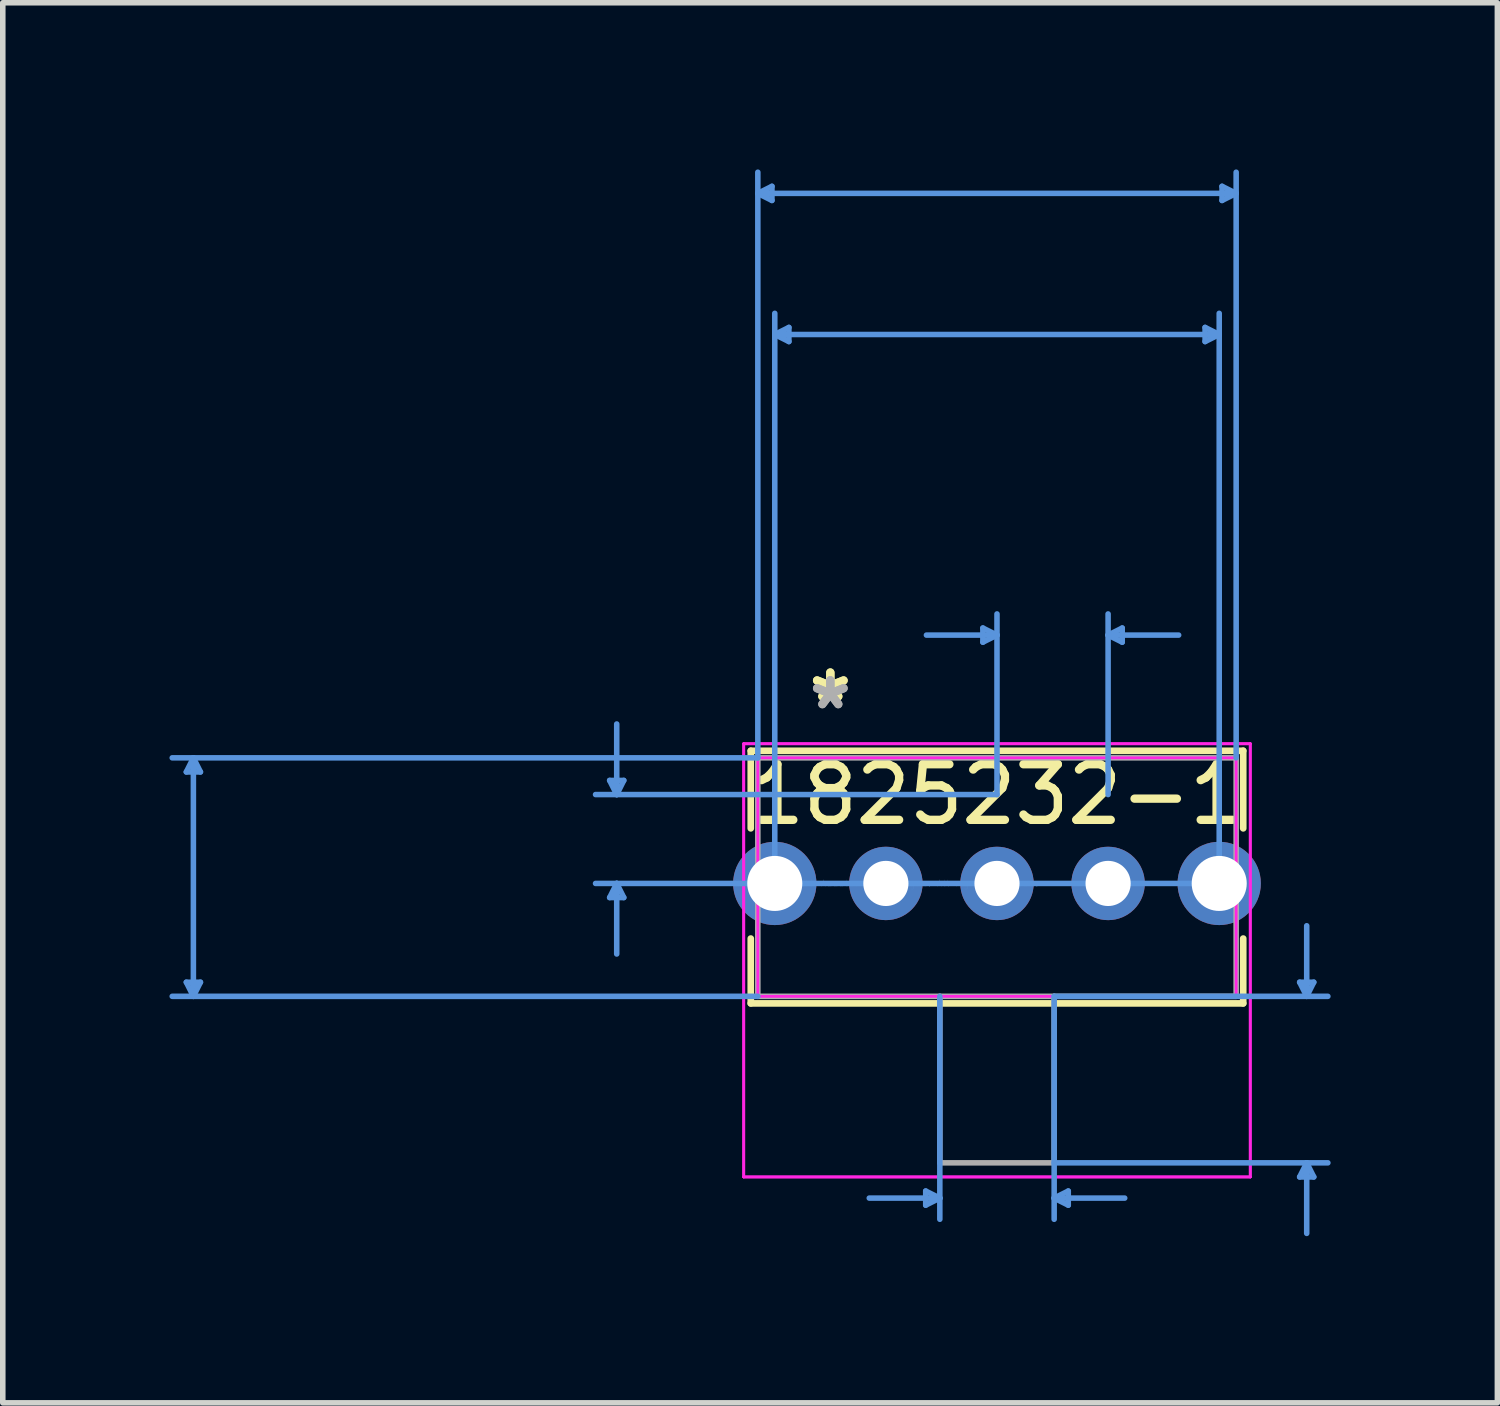
<source format=kicad_pcb>
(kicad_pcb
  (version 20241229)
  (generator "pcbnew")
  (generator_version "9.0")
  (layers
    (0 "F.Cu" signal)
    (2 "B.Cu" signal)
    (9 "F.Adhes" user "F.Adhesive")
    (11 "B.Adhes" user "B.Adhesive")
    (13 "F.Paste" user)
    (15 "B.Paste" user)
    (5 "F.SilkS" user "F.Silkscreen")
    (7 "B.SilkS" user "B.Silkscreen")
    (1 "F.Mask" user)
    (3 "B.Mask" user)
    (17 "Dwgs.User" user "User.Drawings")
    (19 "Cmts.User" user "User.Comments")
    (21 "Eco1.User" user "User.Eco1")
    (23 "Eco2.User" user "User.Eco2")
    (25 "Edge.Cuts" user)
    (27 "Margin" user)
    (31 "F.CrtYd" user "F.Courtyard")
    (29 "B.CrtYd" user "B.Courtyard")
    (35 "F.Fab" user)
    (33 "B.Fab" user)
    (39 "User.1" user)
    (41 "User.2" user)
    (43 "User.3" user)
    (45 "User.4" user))
  (footprint "1825232-1"
    (layer "F.Cu")
    (at 12.896 12.852)
    (property "Reference" "1825232-1" (at 2 -1.6 0) (layer "F.SilkS") (effects (font (size 1 1) (thickness 0.15))))
    (attr through_hole)
    (fp_line (start -2.432 -2.388) (end -2.432 -0.992) (stroke (width 0.12) (type solid)) (layer "F.SilkS"))
    (fp_line (start -2.432 0.992) (end -2.432 2.159) (stroke (width 0.12) (type solid)) (layer "F.SilkS"))
    (fp_line (start -2.432 2.159) (end 6.432 2.159) (stroke (width 0.12) (type solid)) (layer "F.SilkS"))
    (fp_line (start 6.432 -2.388) (end -2.432 -2.388) (stroke (width 0.12) (type solid)) (layer "F.SilkS"))
    (fp_line (start 6.432 -0.992) (end 6.432 -2.388) (stroke (width 0.12) (type solid)) (layer "F.SilkS"))
    (fp_line (start 6.432 2.159) (end 6.432 0.992) (stroke (width 0.12) (type solid)) (layer "F.SilkS"))
    (fp_line (start -12.592 -2.007) (end -12.338 -2.007) (stroke (width 0.1) (type solid)) (layer "Cmts.User"))
    (fp_line (start -12.592 1.778) (end -12.338 1.778) (stroke (width 0.1) (type solid)) (layer "Cmts.User"))
    (fp_line (start -12.465 -2.261) (end -12.592 -2.007) (stroke (width 0.1) (type solid)) (layer "Cmts.User"))
    (fp_line (start -12.465 -2.261) (end -12.465 2.032) (stroke (width 0.1) (type solid)) (layer "Cmts.User"))
    (fp_line (start -12.465 -2.261) (end -12.338 -2.007) (stroke (width 0.1) (type solid)) (layer "Cmts.User"))
    (fp_line (start -12.465 2.032) (end -12.592 1.778) (stroke (width 0.1) (type solid)) (layer "Cmts.User"))
    (fp_line (start -12.465 2.032) (end -12.338 1.778) (stroke (width 0.1) (type solid)) (layer "Cmts.User"))
    (fp_line (start -4.972 -1.854) (end -4.718 -1.854) (stroke (width 0.1) (type solid)) (layer "Cmts.User"))
    (fp_line (start -4.972 0.254) (end -4.718 0.254) (stroke (width 0.1) (type solid)) (layer "Cmts.User"))
    (fp_line (start -4.845 -1.6) (end -4.972 -1.854) (stroke (width 0.1) (type solid)) (layer "Cmts.User"))
    (fp_line (start -4.845 -1.6) (end -4.845 -2.87) (stroke (width 0.1) (type solid)) (layer "Cmts.User"))
    (fp_line (start -4.845 -1.6) (end -4.718 -1.854) (stroke (width 0.1) (type solid)) (layer "Cmts.User"))
    (fp_line (start -4.845 0) (end -4.972 0.254) (stroke (width 0.1) (type solid)) (layer "Cmts.User"))
    (fp_line (start -4.845 0) (end -4.845 1.27) (stroke (width 0.1) (type solid)) (layer "Cmts.User"))
    (fp_line (start -4.845 0) (end -4.718 0.254) (stroke (width 0.1) (type solid)) (layer "Cmts.User"))
    (fp_line (start -2.305 -12.421) (end -2.051 -12.548) (stroke (width 0.1) (type solid)) (layer "Cmts.User"))
    (fp_line (start -2.305 -12.421) (end -2.051 -12.294) (stroke (width 0.1) (type solid)) (layer "Cmts.User"))
    (fp_line (start -2.305 -12.421) (end 6.305 -12.421) (stroke (width 0.1) (type solid)) (layer "Cmts.User"))
    (fp_line (start -2.305 -2.261) (end -12.846 -2.261) (stroke (width 0.1) (type solid)) (layer "Cmts.User"))
    (fp_line (start -2.305 -2.261) (end -2.305 -12.802) (stroke (width 0.1) (type solid)) (layer "Cmts.User"))
    (fp_line (start -2.305 2.032) (end -12.846 2.032) (stroke (width 0.1) (type solid)) (layer "Cmts.User"))
    (fp_line (start -2.051 -12.548) (end -2.051 -12.294) (stroke (width 0.1) (type solid)) (layer "Cmts.User"))
    (fp_line (start -2 -9.881) (end -1.746 -10.008) (stroke (width 0.1) (type solid)) (layer "Cmts.User"))
    (fp_line (start -2 -9.881) (end -1.746 -9.754) (stroke (width 0.1) (type solid)) (layer "Cmts.User"))
    (fp_line (start -2 -9.881) (end 6 -9.881) (stroke (width 0.1) (type solid)) (layer "Cmts.User"))
    (fp_line (start -2 0) (end -2 -10.262) (stroke (width 0.1) (type solid)) (layer "Cmts.User"))
    (fp_line (start -1.746 -10.008) (end -1.746 -9.754) (stroke (width 0.1) (type solid)) (layer "Cmts.User"))
    (fp_line (start 0.717 5.537) (end 0.717 5.791) (stroke (width 0.1) (type solid)) (layer "Cmts.User"))
    (fp_line (start 0.971 2.032) (end 0.971 6.045) (stroke (width 0.1) (type solid)) (layer "Cmts.User"))
    (fp_line (start 0.971 5.664) (end -0.299 5.664) (stroke (width 0.1) (type solid)) (layer "Cmts.User"))
    (fp_line (start 0.971 5.664) (end 0.717 5.537) (stroke (width 0.1) (type solid)) (layer "Cmts.User"))
    (fp_line (start 0.971 5.664) (end 0.717 5.791) (stroke (width 0.1) (type solid)) (layer "Cmts.User"))
    (fp_line (start 1.746 -4.597) (end 1.746 -4.343) (stroke (width 0.1) (type solid)) (layer "Cmts.User"))
    (fp_line (start 2 -4.47) (end 0.73 -4.47) (stroke (width 0.1) (type solid)) (layer "Cmts.User"))
    (fp_line (start 2 -4.47) (end 1.746 -4.597) (stroke (width 0.1) (type solid)) (layer "Cmts.User"))
    (fp_line (start 2 -4.47) (end 1.746 -4.343) (stroke (width 0.1) (type solid)) (layer "Cmts.User"))
    (fp_line (start 2 -1.6) (end -5.226 -1.6) (stroke (width 0.1) (type solid)) (layer "Cmts.User"))
    (fp_line (start 2 -1.6) (end 2 -4.851) (stroke (width 0.1) (type solid)) (layer "Cmts.User"))
    (fp_line (start 3.029 2.032) (end 3.029 6.045) (stroke (width 0.1) (type solid)) (layer "Cmts.User"))
    (fp_line (start 3.029 2.032) (end 7.956 2.032) (stroke (width 0.1) (type solid)) (layer "Cmts.User"))
    (fp_line (start 3.029 5.029) (end 7.956 5.029) (stroke (width 0.1) (type solid)) (layer "Cmts.User"))
    (fp_line (start 3.029 5.664) (end 3.283 5.537) (stroke (width 0.1) (type solid)) (layer "Cmts.User"))
    (fp_line (start 3.029 5.664) (end 3.283 5.791) (stroke (width 0.1) (type solid)) (layer "Cmts.User"))
    (fp_line (start 3.029 5.664) (end 4.299 5.664) (stroke (width 0.1) (type solid)) (layer "Cmts.User"))
    (fp_line (start 3.283 5.537) (end 3.283 5.791) (stroke (width 0.1) (type solid)) (layer "Cmts.User"))
    (fp_line (start 4 -4.47) (end 4.254 -4.597) (stroke (width 0.1) (type solid)) (layer "Cmts.User"))
    (fp_line (start 4 -4.47) (end 4.254 -4.343) (stroke (width 0.1) (type solid)) (layer "Cmts.User"))
    (fp_line (start 4 -4.47) (end 5.27 -4.47) (stroke (width 0.1) (type solid)) (layer "Cmts.User"))
    (fp_line (start 4 -1.6) (end 4 -4.851) (stroke (width 0.1) (type solid)) (layer "Cmts.User"))
    (fp_line (start 4.254 -4.597) (end 4.254 -4.343) (stroke (width 0.1) (type solid)) (layer "Cmts.User"))
    (fp_line (start 5.746 -10.008) (end 5.746 -9.754) (stroke (width 0.1) (type solid)) (layer "Cmts.User"))
    (fp_line (start 6 -9.881) (end 5.746 -10.008) (stroke (width 0.1) (type solid)) (layer "Cmts.User"))
    (fp_line (start 6 -9.881) (end 5.746 -9.754) (stroke (width 0.1) (type solid)) (layer "Cmts.User"))
    (fp_line (start 6 0) (end -5.226 0) (stroke (width 0.1) (type solid)) (layer "Cmts.User"))
    (fp_line (start 6 0) (end 6 -10.262) (stroke (width 0.1) (type solid)) (layer "Cmts.User"))
    (fp_line (start 6.051 -12.548) (end 6.051 -12.294) (stroke (width 0.1) (type solid)) (layer "Cmts.User"))
    (fp_line (start 6.305 -12.421) (end 6.051 -12.548) (stroke (width 0.1) (type solid)) (layer "Cmts.User"))
    (fp_line (start 6.305 -12.421) (end 6.051 -12.294) (stroke (width 0.1) (type solid)) (layer "Cmts.User"))
    (fp_line (start 6.305 -2.261) (end 6.305 -12.802) (stroke (width 0.1) (type solid)) (layer "Cmts.User"))
    (fp_line (start 7.448 1.778) (end 7.702 1.778) (stroke (width 0.1) (type solid)) (layer "Cmts.User"))
    (fp_line (start 7.448 5.283) (end 7.702 5.283) (stroke (width 0.1) (type solid)) (layer "Cmts.User"))
    (fp_line (start 7.575 2.032) (end 7.448 1.778) (stroke (width 0.1) (type solid)) (layer "Cmts.User"))
    (fp_line (start 7.575 2.032) (end 7.575 0.762) (stroke (width 0.1) (type solid)) (layer "Cmts.User"))
    (fp_line (start 7.575 2.032) (end 7.702 1.778) (stroke (width 0.1) (type solid)) (layer "Cmts.User"))
    (fp_line (start 7.575 5.029) (end 7.448 5.283) (stroke (width 0.1) (type solid)) (layer "Cmts.User"))
    (fp_line (start 7.575 5.029) (end 7.575 6.299) (stroke (width 0.1) (type solid)) (layer "Cmts.User"))
    (fp_line (start 7.575 5.029) (end 7.702 5.283) (stroke (width 0.1) (type solid)) (layer "Cmts.User"))
    (fp_line (start -2.559 -2.515) (end -2.559 5.283) (stroke (width 0.05) (type solid)) (layer "F.CrtYd"))
    (fp_line (start -2.559 -2.515) (end -2.559 5.283) (stroke (width 0.05) (type solid)) (layer "F.CrtYd"))
    (fp_line (start -2.559 5.283) (end 6.559 5.283) (stroke (width 0.05) (type solid)) (layer "F.CrtYd"))
    (fp_line (start -2.559 5.283) (end 6.559 5.283) (stroke (width 0.05) (type solid)) (layer "F.CrtYd"))
    (fp_line (start -2.305 -2.261) (end -2.305 2.032) (stroke (width 0.05) (type solid)) (layer "F.CrtYd"))
    (fp_line (start -2.305 2.032) (end 6.305 2.032) (stroke (width 0.05) (type solid)) (layer "F.CrtYd"))
    (fp_line (start 6.305 -2.261) (end -2.305 -2.261) (stroke (width 0.05) (type solid)) (layer "F.CrtYd"))
    (fp_line (start 6.305 2.032) (end 6.305 -2.261) (stroke (width 0.05) (type solid)) (layer "F.CrtYd"))
    (fp_line (start 6.559 -2.515) (end -2.559 -2.515) (stroke (width 0.05) (type solid)) (layer "F.CrtYd"))
    (fp_line (start 6.559 -2.515) (end -2.559 -2.515) (stroke (width 0.05) (type solid)) (layer "F.CrtYd"))
    (fp_line (start 6.559 5.283) (end 6.559 -2.515) (stroke (width 0.05) (type solid)) (layer "F.CrtYd"))
    (fp_line (start 6.559 5.283) (end 6.559 -2.515) (stroke (width 0.05) (type solid)) (layer "F.CrtYd"))
    (fp_line (start -2.305 -2.261) (end -2.305 2.032) (stroke (width 0.1) (type solid)) (layer "F.Fab"))
    (fp_line (start -2.305 2.032) (end 6.305 2.032) (stroke (width 0.1) (type solid)) (layer "F.Fab"))
    (fp_line (start 0.971 2.032) (end 0.971 5.029) (stroke (width 0.1) (type solid)) (layer "F.Fab"))
    (fp_line (start 0.971 5.029) (end 3.029 5.029) (stroke (width 0.1) (type solid)) (layer "F.Fab"))
    (fp_line (start 3.029 2.032) (end 3.029 5.029) (stroke (width 0.1) (type solid)) (layer "F.Fab"))
    (fp_line (start 6.305 -2.261) (end -2.305 -2.261) (stroke (width 0.1) (type solid)) (layer "F.Fab"))
    (fp_line (start 6.305 2.032) (end 6.305 -2.261) (stroke (width 0.1) (type solid)) (layer "F.Fab"))
    (fp_text user "*" (at -1 -3.251 0) (layer "F.SilkS") (effects (font (size 1 1) (thickness 0.15))))
    (fp_text user "*" (at -1 -3.251 0) (layer "F.SilkS") (effects (font (size 1 1) (thickness 0.15))))
    (fp_text user "Copyright 2021 Accelerated Designs. All rights reserved." (at 0 0 0) (layer "Cmts.User") (effects (font (size 0.127 0.127) (thickness 0.002))))
    (fp_text user "*" (at -1 -3.111 0) (layer "F.Fab") (effects (font (size 1 1) (thickness 0.15))))
    (fp_text user "*" (at -1 -3.111 0) (layer "F.Fab") (effects (font (size 1 1) (thickness 0.15))))
    (pad "1" thru_hole circle (at -0.000001 0) (size 1.321 1.321) (drill 0.813) (layers "*.Cu" "*.Mask"))
    (pad "2" thru_hole circle (at 2 0) (size 1.321 1.321) (drill 0.813) (layers "*.Cu" "*.Mask"))
    (pad "3" thru_hole circle (at 4 0) (size 1.321 1.321) (drill 0.813) (layers "*.Cu" "*.Mask"))
    (pad "4" thru_hole circle (at -2 0) (size 1.499 1.499) (drill 0.991) (layers "*.Cu" "*.Mask"))
    (pad "5" thru_hole circle (at 6 0) (size 1.499 1.499) (drill 0.991) (layers "*.Cu" "*.Mask")))
  (gr_rect
    (start -3 -3)
    (end 23.903 22.201)
    (stroke (width 0.1) (type default))
    (fill no)
    (layer "Edge.Cuts")))
</source>
